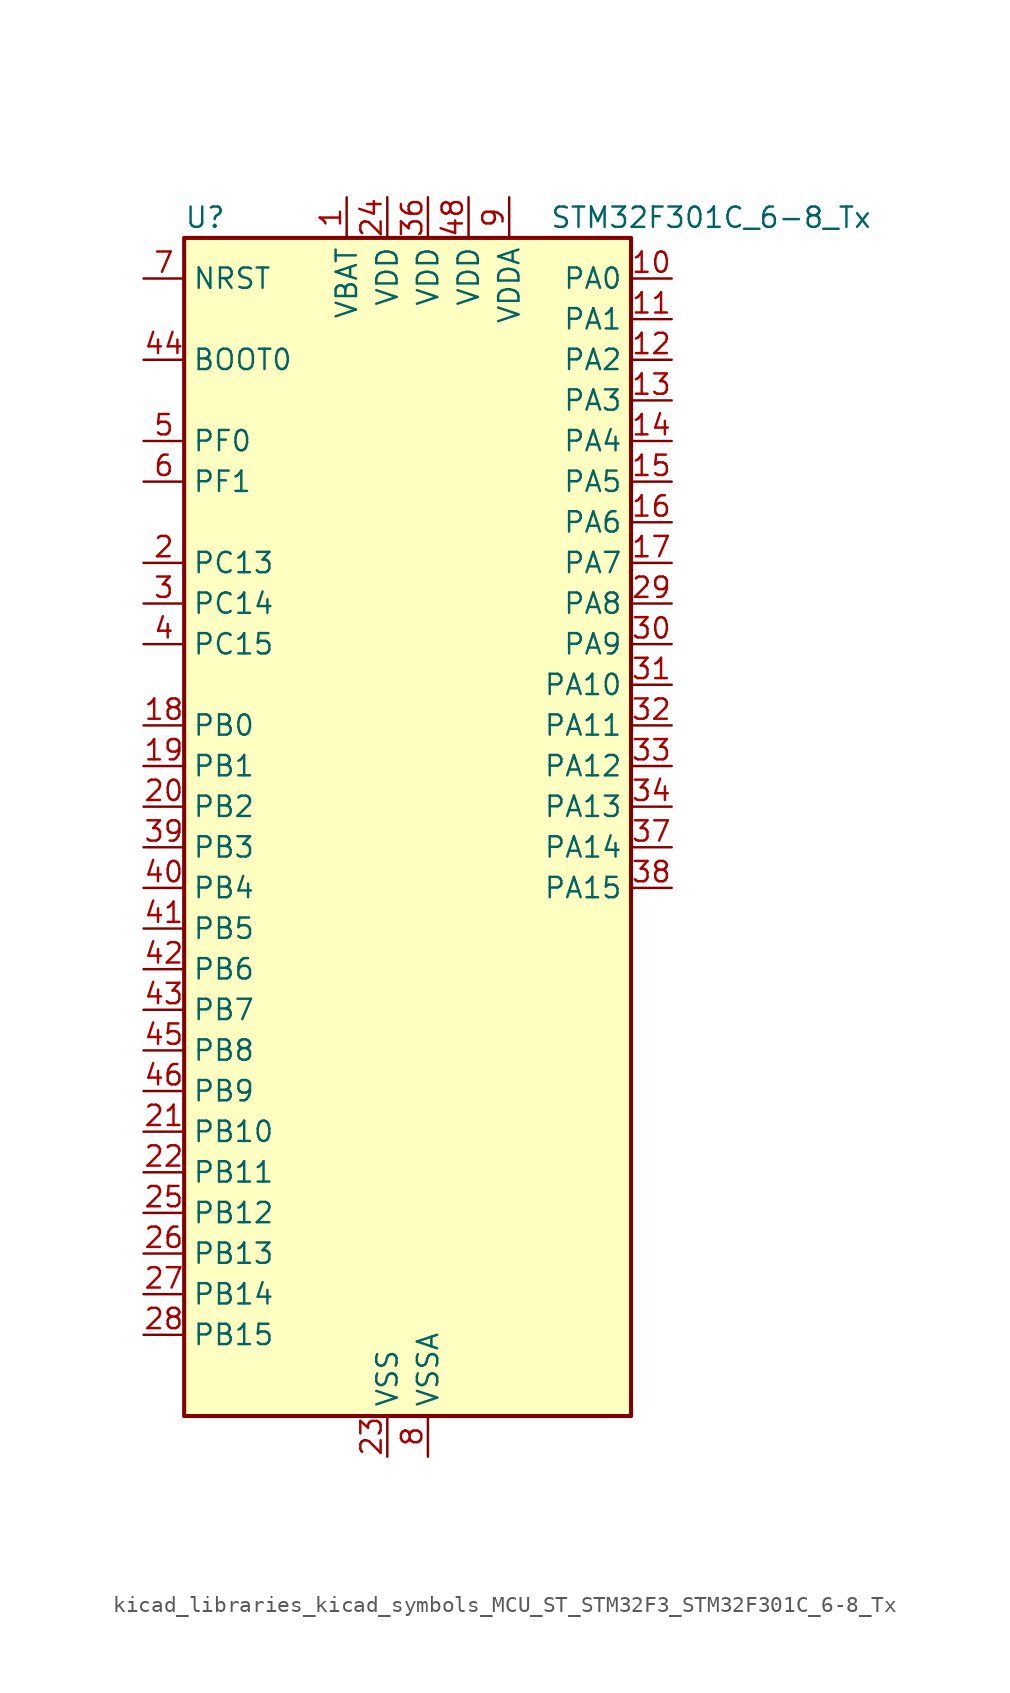
<source format=kicad_sym>
(kicad_symbol_lib
  (version 20220914)
  (generator kicad_symbol_editor)
  (symbol "kicad_libraries_kicad_symbols_MCU_ST_STM32F3_STM32F301C_6-8_Tx"
    (property "Reference" "U"
      (at -12.7 39.37 0)
      (effects (font (size 1.27 1.27)) (justify left)))
    (property "Value" "STM32F301C_6-8_Tx"
      (at 10.16 39.37 0)
      (effects (font (size 1.27 1.27)) (justify left)))
    (property "ki_locked" ""
      (at 0 0 0)
      (effects (font (size 1.27 1.27))))
    (symbol "kicad_libraries_kicad_symbols_MCU_ST_STM32F3_STM32F301C_6-8_Tx_0_1"
      (rectangle (start -12.7 -35.56) (end 15.24 38.1) (stroke (width 0.254) (type default)) (fill (type background))))
    (symbol "kicad_libraries_kicad_symbols_MCU_ST_STM32F3_STM32F301C_6-8_Tx_1_1"
      (pin power_in line (at -2.54 40.64 270) (length 2.54) (name "VBAT" (effects (font (size 1.27 1.27)))) (number "1" (effects (font (size 1.27 1.27)))))
      (pin bidirectional line (at 17.78 35.56 180) (length 2.54) (name "PA0" (effects (font (size 1.27 1.27)))) (number "10" (effects (font (size 1.27 1.27)))) (alternate "ADC1_IN1" bidirectional line) (alternate "RTC_TAMP2" bidirectional line) (alternate "SYS_WKUP1" bidirectional line) (alternate "TIM2_CH1" bidirectional line) (alternate "TIM2_ETR" bidirectional line) (alternate "TSC_G1_IO1" bidirectional line) (alternate "USART2_CTS" bidirectional line))
      (pin bidirectional line (at 17.78 33.02 180) (length 2.54) (name "PA1" (effects (font (size 1.27 1.27)))) (number "11" (effects (font (size 1.27 1.27)))) (alternate "ADC1_IN2" bidirectional line) (alternate "RTC_REFIN" bidirectional line) (alternate "TIM15_CH1N" bidirectional line) (alternate "TIM2_CH2" bidirectional line) (alternate "TSC_G1_IO2" bidirectional line) (alternate "USART2_DE" bidirectional line) (alternate "USART2_RTS" bidirectional line))
      (pin bidirectional line (at 17.78 30.48 180) (length 2.54) (name "PA2" (effects (font (size 1.27 1.27)))) (number "12" (effects (font (size 1.27 1.27)))) (alternate "ADC1_IN3" bidirectional line) (alternate "COMP2_INM" bidirectional line) (alternate "COMP2_OUT" bidirectional line) (alternate "TIM15_CH1" bidirectional line) (alternate "TIM2_CH3" bidirectional line) (alternate "TSC_G1_IO3" bidirectional line) (alternate "USART2_TX" bidirectional line))
      (pin bidirectional line (at 17.78 27.94 180) (length 2.54) (name "PA3" (effects (font (size 1.27 1.27)))) (number "13" (effects (font (size 1.27 1.27)))) (alternate "ADC1_IN4" bidirectional line) (alternate "TIM15_CH2" bidirectional line) (alternate "TIM2_CH4" bidirectional line) (alternate "TSC_G1_IO4" bidirectional line) (alternate "USART2_RX" bidirectional line))
      (pin bidirectional line (at 17.78 25.4 180) (length 2.54) (name "PA4" (effects (font (size 1.27 1.27)))) (number "14" (effects (font (size 1.27 1.27)))) (alternate "ADC1_IN5" bidirectional line) (alternate "COMP2_INM" bidirectional line) (alternate "COMP4_INM" bidirectional line) (alternate "COMP6_INM" bidirectional line) (alternate "DAC_OUT1" bidirectional line) (alternate "I2S3_WS" bidirectional line) (alternate "SPI3_NSS" bidirectional line) (alternate "TSC_G2_IO1" bidirectional line) (alternate "USART2_CK" bidirectional line))
      (pin bidirectional line (at 17.78 22.86 180) (length 2.54) (name "PA5" (effects (font (size 1.27 1.27)))) (number "15" (effects (font (size 1.27 1.27)))) (alternate "OPAMP2_VINM" bidirectional line) (alternate "OPAMP2_VINM_SEC" bidirectional line) (alternate "TIM2_CH1" bidirectional line) (alternate "TIM2_ETR" bidirectional line) (alternate "TSC_G2_IO2" bidirectional line))
      (pin bidirectional line (at 17.78 20.32 180) (length 2.54) (name "PA6" (effects (font (size 1.27 1.27)))) (number "16" (effects (font (size 1.27 1.27)))) (alternate "ADC1_IN10" bidirectional line) (alternate "OPAMP2_VOUT" bidirectional line) (alternate "TIM16_CH1" bidirectional line) (alternate "TIM1_BKIN" bidirectional line) (alternate "TSC_G2_IO3" bidirectional line))
      (pin bidirectional line (at 17.78 17.78 180) (length 2.54) (name "PA7" (effects (font (size 1.27 1.27)))) (number "17" (effects (font (size 1.27 1.27)))) (alternate "ADC1_IN15" bidirectional line) (alternate "COMP2_INP" bidirectional line) (alternate "OPAMP2_VINP" bidirectional line) (alternate "OPAMP2_VINP_SEC" bidirectional line) (alternate "TIM17_CH1" bidirectional line) (alternate "TIM1_CH1N" bidirectional line) (alternate "TSC_G2_IO4" bidirectional line))
      (pin bidirectional line (at -15.24 7.62 0) (length 2.54) (name "PB0" (effects (font (size 1.27 1.27)))) (number "18" (effects (font (size 1.27 1.27)))) (alternate "ADC1_IN11" bidirectional line) (alternate "COMP4_INP" bidirectional line) (alternate "OPAMP2_VINP" bidirectional line) (alternate "OPAMP2_VINP_SEC" bidirectional line) (alternate "TIM1_CH2N" bidirectional line) (alternate "TSC_G3_IO2" bidirectional line))
      (pin bidirectional line (at -15.24 5.08 0) (length 2.54) (name "PB1" (effects (font (size 1.27 1.27)))) (number "19" (effects (font (size 1.27 1.27)))) (alternate "ADC1_IN12" bidirectional line) (alternate "COMP4_OUT" bidirectional line) (alternate "TIM1_CH3N" bidirectional line) (alternate "TSC_G3_IO3" bidirectional line))
      (pin bidirectional line (at -15.24 17.78 0) (length 2.54) (name "PC13" (effects (font (size 1.27 1.27)))) (number "2" (effects (font (size 1.27 1.27)))) (alternate "RTC_OUT_ALARM" bidirectional line) (alternate "RTC_OUT_CALIB" bidirectional line) (alternate "RTC_TAMP1" bidirectional line) (alternate "RTC_TS" bidirectional line) (alternate "SYS_WKUP2" bidirectional line) (alternate "TIM1_CH1N" bidirectional line))
      (pin bidirectional line (at -15.24 2.54 0) (length 2.54) (name "PB2" (effects (font (size 1.27 1.27)))) (number "20" (effects (font (size 1.27 1.27)))) (alternate "COMP4_INM" bidirectional line) (alternate "TSC_G3_IO4" bidirectional line))
      (pin bidirectional line (at -15.24 -17.78 0) (length 2.54) (name "PB10" (effects (font (size 1.27 1.27)))) (number "21" (effects (font (size 1.27 1.27)))) (alternate "TIM2_CH3" bidirectional line) (alternate "TSC_SYNC" bidirectional line) (alternate "USART3_TX" bidirectional line))
      (pin bidirectional line (at -15.24 -20.32 0) (length 2.54) (name "PB11" (effects (font (size 1.27 1.27)))) (number "22" (effects (font (size 1.27 1.27)))) (alternate "ADC1_EXTI11" bidirectional line) (alternate "ADC1_IN14" bidirectional line) (alternate "COMP6_INP" bidirectional line) (alternate "TIM2_CH4" bidirectional line) (alternate "TSC_G6_IO1" bidirectional line) (alternate "USART3_RX" bidirectional line))
      (pin power_in line (at 0 -38.1 90) (length 2.54) (name "VSS" (effects (font (size 1.27 1.27)))) (number "23" (effects (font (size 1.27 1.27)))))
      (pin power_in line (at 0 40.64 270) (length 2.54) (name "VDD" (effects (font (size 1.27 1.27)))) (number "24" (effects (font (size 1.27 1.27)))))
      (pin bidirectional line (at -15.24 -22.86 0) (length 2.54) (name "PB12" (effects (font (size 1.27 1.27)))) (number "25" (effects (font (size 1.27 1.27)))) (alternate "I2C2_SMBA" bidirectional line) (alternate "I2S2_WS" bidirectional line) (alternate "SPI2_NSS" bidirectional line) (alternate "TIM1_BKIN" bidirectional line) (alternate "TSC_G6_IO2" bidirectional line) (alternate "USART3_CK" bidirectional line))
      (pin bidirectional line (at -15.24 -25.4 0) (length 2.54) (name "PB13" (effects (font (size 1.27 1.27)))) (number "26" (effects (font (size 1.27 1.27)))) (alternate "ADC1_IN13" bidirectional line) (alternate "I2S2_CK" bidirectional line) (alternate "SPI2_SCK" bidirectional line) (alternate "TIM1_CH1N" bidirectional line) (alternate "TSC_G6_IO3" bidirectional line) (alternate "USART3_CTS" bidirectional line))
      (pin bidirectional line (at -15.24 -27.94 0) (length 2.54) (name "PB14" (effects (font (size 1.27 1.27)))) (number "27" (effects (font (size 1.27 1.27)))) (alternate "I2S2_ext_SD" bidirectional line) (alternate "OPAMP2_VINP" bidirectional line) (alternate "OPAMP2_VINP_SEC" bidirectional line) (alternate "SPI2_MISO" bidirectional line) (alternate "TIM15_CH1" bidirectional line) (alternate "TIM1_CH2N" bidirectional line) (alternate "TSC_G6_IO4" bidirectional line) (alternate "USART3_DE" bidirectional line) (alternate "USART3_RTS" bidirectional line))
      (pin bidirectional line (at -15.24 -30.48 0) (length 2.54) (name "PB15" (effects (font (size 1.27 1.27)))) (number "28" (effects (font (size 1.27 1.27)))) (alternate "ADC1_EXTI15" bidirectional line) (alternate "COMP6_INM" bidirectional line) (alternate "I2S2_SD" bidirectional line) (alternate "RTC_REFIN" bidirectional line) (alternate "SPI2_MOSI" bidirectional line) (alternate "TIM15_CH1N" bidirectional line) (alternate "TIM15_CH2" bidirectional line) (alternate "TIM1_CH3N" bidirectional line))
      (pin bidirectional line (at 17.78 15.24 180) (length 2.54) (name "PA8" (effects (font (size 1.27 1.27)))) (number "29" (effects (font (size 1.27 1.27)))) (alternate "I2C2_SMBA" bidirectional line) (alternate "I2C3_SCL" bidirectional line) (alternate "I2S2_MCK" bidirectional line) (alternate "RCC_MCO" bidirectional line) (alternate "TIM1_CH1" bidirectional line) (alternate "USART1_CK" bidirectional line))
      (pin bidirectional line (at -15.24 15.24 0) (length 2.54) (name "PC14" (effects (font (size 1.27 1.27)))) (number "3" (effects (font (size 1.27 1.27)))) (alternate "RCC_OSC32_IN" bidirectional line))
      (pin bidirectional line (at 17.78 12.7 180) (length 2.54) (name "PA9" (effects (font (size 1.27 1.27)))) (number "30" (effects (font (size 1.27 1.27)))) (alternate "DAC_EXTI9" bidirectional line) (alternate "I2C2_SCL" bidirectional line) (alternate "I2C3_SMBA" bidirectional line) (alternate "I2S3_MCK" bidirectional line) (alternate "TIM15_BKIN" bidirectional line) (alternate "TIM1_CH2" bidirectional line) (alternate "TIM2_CH3" bidirectional line) (alternate "TSC_G4_IO1" bidirectional line) (alternate "USART1_TX" bidirectional line))
      (pin bidirectional line (at 17.78 10.16 180) (length 2.54) (name "PA10" (effects (font (size 1.27 1.27)))) (number "31" (effects (font (size 1.27 1.27)))) (alternate "COMP6_OUT" bidirectional line) (alternate "I2C2_SDA" bidirectional line) (alternate "I2S2_ext_SD" bidirectional line) (alternate "SPI2_MISO" bidirectional line) (alternate "TIM17_BKIN" bidirectional line) (alternate "TIM1_CH3" bidirectional line) (alternate "TIM2_CH4" bidirectional line) (alternate "TSC_G4_IO2" bidirectional line) (alternate "USART1_RX" bidirectional line))
      (pin bidirectional line (at 17.78 7.62 180) (length 2.54) (name "PA11" (effects (font (size 1.27 1.27)))) (number "32" (effects (font (size 1.27 1.27)))) (alternate "ADC1_EXTI11" bidirectional line) (alternate "I2S2_SD" bidirectional line) (alternate "SPI2_MOSI" bidirectional line) (alternate "TIM1_BKIN2" bidirectional line) (alternate "TIM1_CH1N" bidirectional line) (alternate "TIM1_CH4" bidirectional line) (alternate "USART1_CTS" bidirectional line))
      (pin bidirectional line (at 17.78 5.08 180) (length 2.54) (name "PA12" (effects (font (size 1.27 1.27)))) (number "33" (effects (font (size 1.27 1.27)))) (alternate "COMP2_OUT" bidirectional line) (alternate "I2S_CKIN" bidirectional line) (alternate "TIM16_CH1" bidirectional line) (alternate "TIM1_CH2N" bidirectional line) (alternate "TIM1_ETR" bidirectional line) (alternate "USART1_DE" bidirectional line) (alternate "USART1_RTS" bidirectional line))
      (pin bidirectional line (at 17.78 2.54 180) (length 2.54) (name "PA13" (effects (font (size 1.27 1.27)))) (number "34" (effects (font (size 1.27 1.27)))) (alternate "IR_OUT" bidirectional line) (alternate "SYS_JTMS-SWDIO" bidirectional line) (alternate "TIM16_CH1N" bidirectional line) (alternate "TSC_G4_IO3" bidirectional line) (alternate "USART3_CTS" bidirectional line))
      (pin passive line (at 0 -38.1 90) (length 2.54) hide (name "VSS" (effects (font (size 1.27 1.27)))) (number "35" (effects (font (size 1.27 1.27)))))
      (pin power_in line (at 2.54 40.64 270) (length 2.54) (name "VDD" (effects (font (size 1.27 1.27)))) (number "36" (effects (font (size 1.27 1.27)))))
      (pin bidirectional line (at 17.78 0 180) (length 2.54) (name "PA14" (effects (font (size 1.27 1.27)))) (number "37" (effects (font (size 1.27 1.27)))) (alternate "I2C1_SDA" bidirectional line) (alternate "SYS_JTCK-SWCLK" bidirectional line) (alternate "TIM1_BKIN" bidirectional line) (alternate "TSC_G4_IO4" bidirectional line) (alternate "USART2_TX" bidirectional line))
      (pin bidirectional line (at 17.78 -2.54 180) (length 2.54) (name "PA15" (effects (font (size 1.27 1.27)))) (number "38" (effects (font (size 1.27 1.27)))) (alternate "ADC1_EXTI15" bidirectional line) (alternate "I2C1_SCL" bidirectional line) (alternate "I2S3_WS" bidirectional line) (alternate "SPI3_NSS" bidirectional line) (alternate "SYS_JTDI" bidirectional line) (alternate "TIM1_BKIN" bidirectional line) (alternate "TIM2_CH1" bidirectional line) (alternate "TIM2_ETR" bidirectional line) (alternate "TSC_SYNC" bidirectional line) (alternate "USART2_RX" bidirectional line))
      (pin bidirectional line (at -15.24 0 0) (length 2.54) (name "PB3" (effects (font (size 1.27 1.27)))) (number "39" (effects (font (size 1.27 1.27)))) (alternate "I2S3_CK" bidirectional line) (alternate "SPI3_SCK" bidirectional line) (alternate "SYS_JTDO-TRACESWO" bidirectional line) (alternate "TIM2_CH2" bidirectional line) (alternate "TSC_G5_IO1" bidirectional line) (alternate "USART2_TX" bidirectional line))
      (pin bidirectional line (at -15.24 12.7 0) (length 2.54) (name "PC15" (effects (font (size 1.27 1.27)))) (number "4" (effects (font (size 1.27 1.27)))) (alternate "ADC1_EXTI15" bidirectional line) (alternate "RCC_OSC32_OUT" bidirectional line))
      (pin bidirectional line (at -15.24 -2.54 0) (length 2.54) (name "PB4" (effects (font (size 1.27 1.27)))) (number "40" (effects (font (size 1.27 1.27)))) (alternate "I2S3_ext_SD" bidirectional line) (alternate "SPI3_MISO" bidirectional line) (alternate "SYS_NJTRST" bidirectional line) (alternate "TIM16_CH1" bidirectional line) (alternate "TIM17_BKIN" bidirectional line) (alternate "TSC_G5_IO2" bidirectional line) (alternate "USART2_RX" bidirectional line))
      (pin bidirectional line (at -15.24 -5.08 0) (length 2.54) (name "PB5" (effects (font (size 1.27 1.27)))) (number "41" (effects (font (size 1.27 1.27)))) (alternate "I2C1_SMBA" bidirectional line) (alternate "I2C3_SDA" bidirectional line) (alternate "I2S3_SD" bidirectional line) (alternate "SPI3_MOSI" bidirectional line) (alternate "TIM16_BKIN" bidirectional line) (alternate "TIM17_CH1" bidirectional line) (alternate "USART2_CK" bidirectional line))
      (pin bidirectional line (at -15.24 -7.62 0) (length 2.54) (name "PB6" (effects (font (size 1.27 1.27)))) (number "42" (effects (font (size 1.27 1.27)))) (alternate "I2C1_SCL" bidirectional line) (alternate "TIM16_CH1N" bidirectional line) (alternate "TSC_G5_IO3" bidirectional line) (alternate "USART1_TX" bidirectional line))
      (pin bidirectional line (at -15.24 -10.16 0) (length 2.54) (name "PB7" (effects (font (size 1.27 1.27)))) (number "43" (effects (font (size 1.27 1.27)))) (alternate "I2C1_SDA" bidirectional line) (alternate "TIM17_CH1N" bidirectional line) (alternate "TSC_G5_IO4" bidirectional line) (alternate "USART1_RX" bidirectional line))
      (pin input line (at -15.24 30.48 0) (length 2.54) (name "BOOT0" (effects (font (size 1.27 1.27)))) (number "44" (effects (font (size 1.27 1.27)))))
      (pin bidirectional line (at -15.24 -12.7 0) (length 2.54) (name "PB8" (effects (font (size 1.27 1.27)))) (number "45" (effects (font (size 1.27 1.27)))) (alternate "I2C1_SCL" bidirectional line) (alternate "TIM16_CH1" bidirectional line) (alternate "TIM1_BKIN" bidirectional line) (alternate "TSC_SYNC" bidirectional line) (alternate "USART3_RX" bidirectional line))
      (pin bidirectional line (at -15.24 -15.24 0) (length 2.54) (name "PB9" (effects (font (size 1.27 1.27)))) (number "46" (effects (font (size 1.27 1.27)))) (alternate "COMP2_OUT" bidirectional line) (alternate "DAC_EXTI9" bidirectional line) (alternate "I2C1_SDA" bidirectional line) (alternate "IR_OUT" bidirectional line) (alternate "TIM17_CH1" bidirectional line) (alternate "USART3_TX" bidirectional line))
      (pin passive line (at 0 -38.1 90) (length 2.54) hide (name "VSS" (effects (font (size 1.27 1.27)))) (number "47" (effects (font (size 1.27 1.27)))))
      (pin power_in line (at 5.08 40.64 270) (length 2.54) (name "VDD" (effects (font (size 1.27 1.27)))) (number "48" (effects (font (size 1.27 1.27)))))
      (pin bidirectional line (at -15.24 25.4 0) (length 2.54) (name "PF0" (effects (font (size 1.27 1.27)))) (number "5" (effects (font (size 1.27 1.27)))) (alternate "I2C2_SDA" bidirectional line) (alternate "I2S2_WS" bidirectional line) (alternate "RCC_OSC_IN" bidirectional line) (alternate "SPI2_NSS" bidirectional line) (alternate "TIM1_CH3N" bidirectional line))
      (pin bidirectional line (at -15.24 22.86 0) (length 2.54) (name "PF1" (effects (font (size 1.27 1.27)))) (number "6" (effects (font (size 1.27 1.27)))) (alternate "I2C2_SCL" bidirectional line) (alternate "I2S2_CK" bidirectional line) (alternate "RCC_OSC_OUT" bidirectional line) (alternate "SPI2_SCK" bidirectional line))
      (pin input line (at -15.24 35.56 0) (length 2.54) (name "NRST" (effects (font (size 1.27 1.27)))) (number "7" (effects (font (size 1.27 1.27)))))
      (pin power_in line (at 2.54 -38.1 90) (length 2.54) (name "VSSA" (effects (font (size 1.27 1.27)))) (number "8" (effects (font (size 1.27 1.27)))))
      (pin power_in line (at 7.62 40.64 270) (length 2.54) (name "VDDA" (effects (font (size 1.27 1.27)))) (number "9" (effects (font (size 1.27 1.27))))))))
</source>
